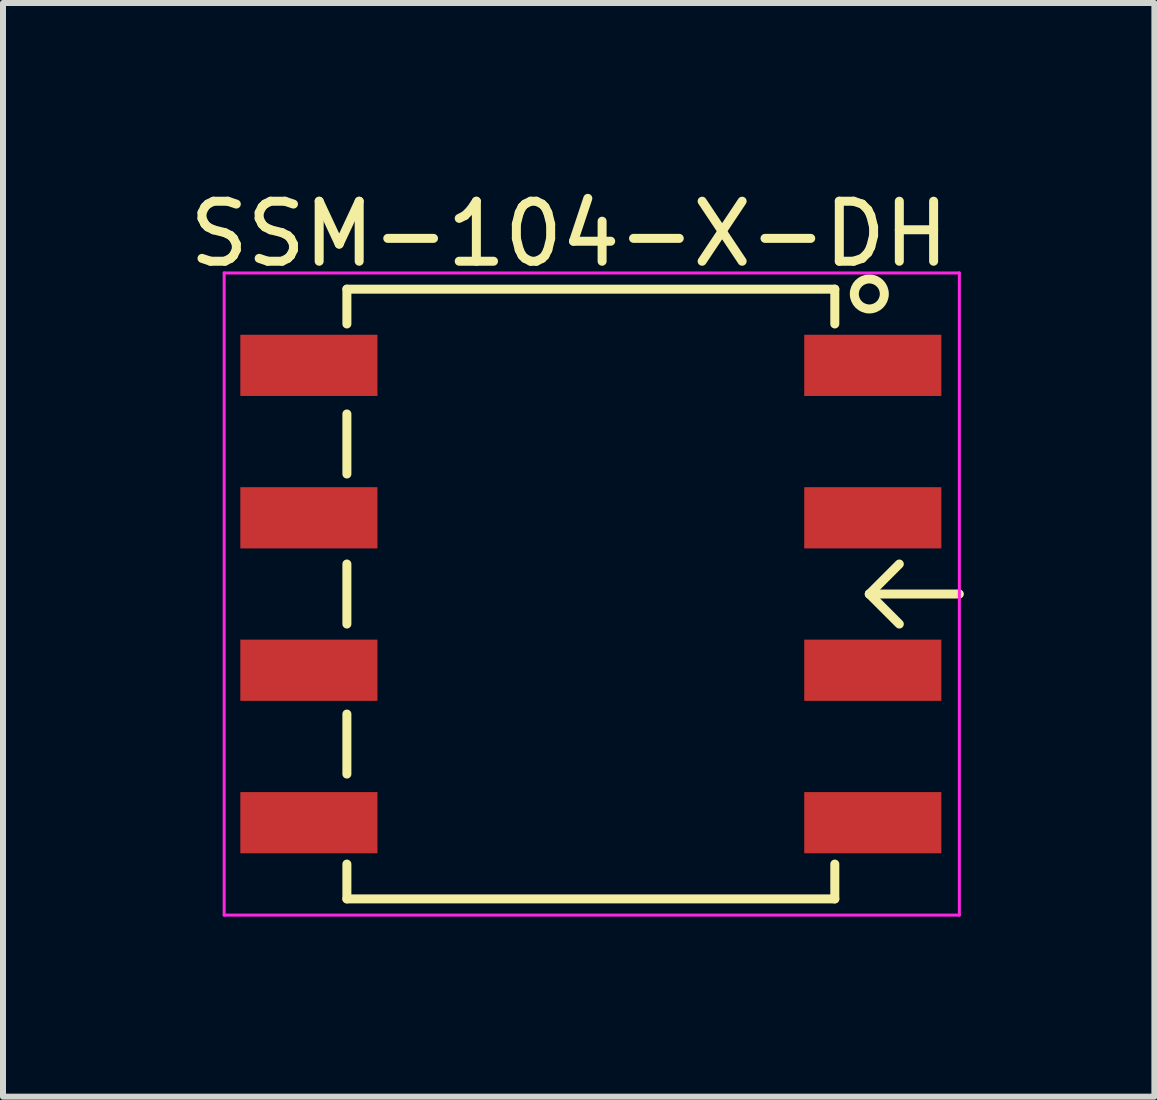
<source format=kicad_pcb>
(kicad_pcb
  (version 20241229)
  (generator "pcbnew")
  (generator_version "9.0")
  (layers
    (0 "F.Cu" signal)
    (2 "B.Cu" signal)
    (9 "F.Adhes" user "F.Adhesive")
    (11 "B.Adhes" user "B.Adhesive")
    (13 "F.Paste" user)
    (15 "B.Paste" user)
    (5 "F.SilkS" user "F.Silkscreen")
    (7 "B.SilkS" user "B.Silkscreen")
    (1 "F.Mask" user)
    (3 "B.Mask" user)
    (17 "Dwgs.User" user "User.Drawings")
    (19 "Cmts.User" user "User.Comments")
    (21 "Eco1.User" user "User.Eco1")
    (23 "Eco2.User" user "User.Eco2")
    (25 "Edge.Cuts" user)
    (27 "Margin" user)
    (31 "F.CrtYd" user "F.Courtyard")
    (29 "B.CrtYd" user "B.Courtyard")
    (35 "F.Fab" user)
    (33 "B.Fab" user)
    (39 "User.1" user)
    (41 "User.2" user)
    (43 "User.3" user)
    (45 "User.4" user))
  (footprint "SSM-104-X-DH"
    (layer "F.Cu")
    (at 12.935 6.848)
    (property "Reference" "SSM-104-X-DH" (at -6.5 -6 0) (layer "F.SilkS") (effects (font (size 1 1) (thickness 0.15))))
    (attr through_hole)
    (fp_line (start -10.205 -5.08) (end -10.205 -4.5) (stroke (width 0.15) (type solid)) (layer "F.SilkS"))
    (fp_line (start -10.205 -3) (end -10.205 -2) (stroke (width 0.15) (type solid)) (layer "F.SilkS"))
    (fp_line (start -10.205 -0.5) (end -10.205 0.5) (stroke (width 0.15) (type solid)) (layer "F.SilkS"))
    (fp_line (start -10.205 2) (end -10.205 3) (stroke (width 0.15) (type solid)) (layer "F.SilkS"))
    (fp_line (start -10.205 5.08) (end -10.205 4.5) (stroke (width 0.15) (type solid)) (layer "F.SilkS"))
    (fp_line (start -2.075 -5.08) (end -10.205 -5.08) (stroke (width 0.15) (type solid)) (layer "F.SilkS"))
    (fp_line (start -2.075 -5.08) (end -2.075 -4.5) (stroke (width 0.15) (type solid)) (layer "F.SilkS"))
    (fp_line (start -2.075 5.08) (end -10.205 5.08) (stroke (width 0.15) (type solid)) (layer "F.SilkS"))
    (fp_line (start -2.075 5.08) (end -2.075 4.5) (stroke (width 0.15) (type solid)) (layer "F.SilkS"))
    (fp_line (start -1.5 0) (end -1 -0.5) (stroke (width 0.15) (type solid)) (layer "F.SilkS"))
    (fp_line (start -1.5 0) (end -1 0.5) (stroke (width 0.15) (type solid)) (layer "F.SilkS"))
    (fp_line (start 0 0) (end -1.5 0) (stroke (width 0.15) (type solid)) (layer "F.SilkS"))
    (fp_circle (center -1.5 -5) (end -1.25 -5) (stroke (width 0.15) (type solid)) (fill no) (layer "F.SilkS"))
    (fp_line (start -12.25 -5.35) (end 0 -5.35) (stroke (width 0.05) (type solid)) (layer "F.CrtYd"))
    (fp_line (start -12.25 5.35) (end -12.25 -5.35) (stroke (width 0.05) (type solid)) (layer "F.CrtYd"))
    (fp_line (start 0 -5.35) (end 0 5.35) (stroke (width 0.05) (type solid)) (layer "F.CrtYd"))
    (fp_line (start 0 5.35) (end -12.25 5.35) (stroke (width 0.05) (type solid)) (layer "F.CrtYd"))
    (pad "1" smd rect (at -1.442 -3.81) (size 2.285 1.02) (layers "F.Cu" "F.Mask" "F.Paste"))
    (pad "2" smd rect (at -10.838 -3.81) (size 2.285 1.02) (layers "F.Cu" "F.Mask" "F.Paste"))
    (pad "3" smd rect (at -1.442 -1.27) (size 2.285 1.02) (layers "F.Cu" "F.Mask" "F.Paste"))
    (pad "4" smd rect (at -10.838 -1.27) (size 2.285 1.02) (layers "F.Cu" "F.Mask" "F.Paste"))
    (pad "5" smd rect (at -1.442 1.27) (size 2.285 1.02) (layers "F.Cu" "F.Mask" "F.Paste"))
    (pad "6" smd rect (at -10.838 1.27) (size 2.285 1.02) (layers "F.Cu" "F.Mask" "F.Paste"))
    (pad "7" smd rect (at -1.442 3.81) (size 2.285 1.02) (layers "F.Cu" "F.Mask" "F.Paste"))
    (pad "8" smd rect (at -10.838 3.81) (size 2.285 1.02) (layers "F.Cu" "F.Mask" "F.Paste")))
  (gr_rect
    (start -3 -3)
    (end 16.185 15.223)
    (stroke (width 0.1) (type default))
    (fill no)
    (layer "Edge.Cuts")))
</source>
